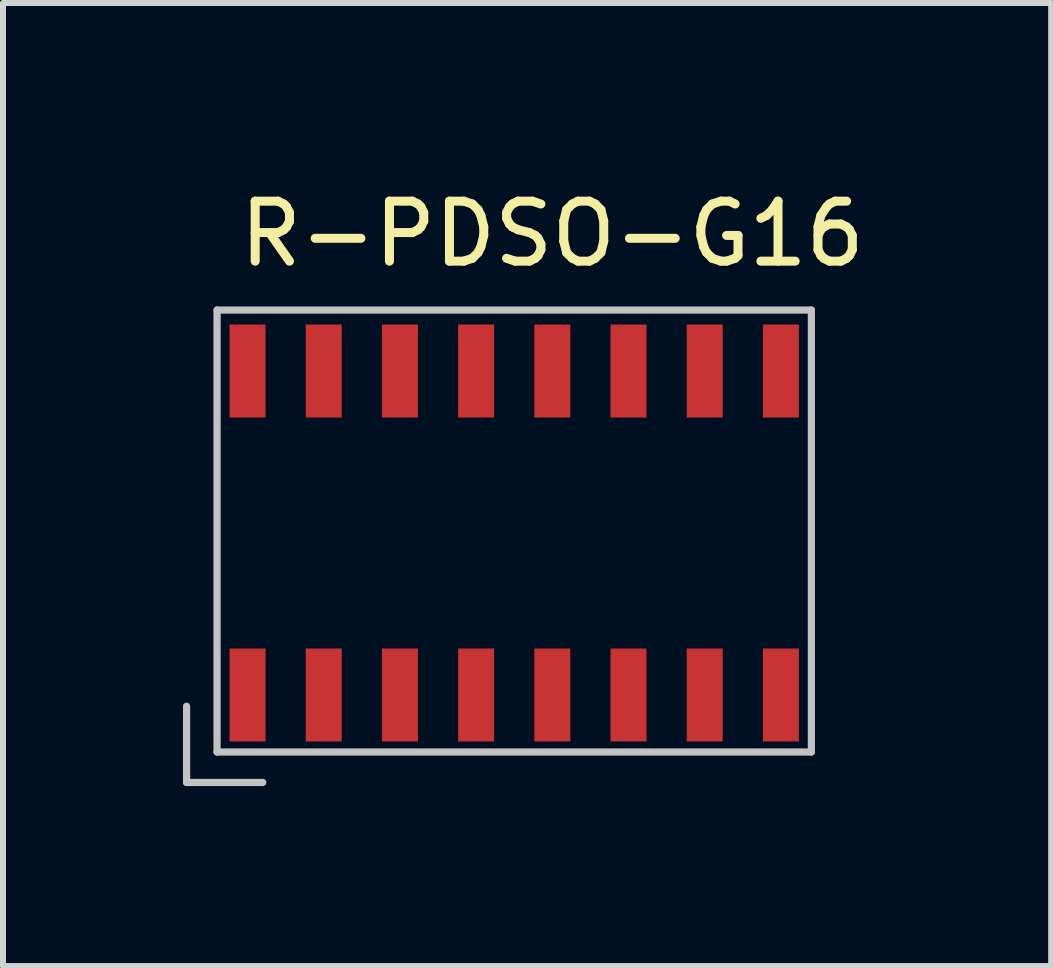
<source format=kicad_pcb>
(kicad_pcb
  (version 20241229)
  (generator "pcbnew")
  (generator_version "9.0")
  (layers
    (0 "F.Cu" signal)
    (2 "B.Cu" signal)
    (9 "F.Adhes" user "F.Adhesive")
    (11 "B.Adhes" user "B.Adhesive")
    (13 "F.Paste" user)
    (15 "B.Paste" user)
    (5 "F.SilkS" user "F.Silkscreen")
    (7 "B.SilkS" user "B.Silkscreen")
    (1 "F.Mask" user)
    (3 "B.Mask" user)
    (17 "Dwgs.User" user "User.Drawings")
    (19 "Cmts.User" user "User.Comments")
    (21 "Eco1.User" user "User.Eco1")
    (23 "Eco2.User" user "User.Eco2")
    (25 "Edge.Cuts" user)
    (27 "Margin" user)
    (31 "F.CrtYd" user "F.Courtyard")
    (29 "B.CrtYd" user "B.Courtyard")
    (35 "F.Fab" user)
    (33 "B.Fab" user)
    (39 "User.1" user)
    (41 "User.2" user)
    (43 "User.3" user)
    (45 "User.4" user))
  (footprint "R-PDSO-G16"
    (layer "F.Cu")
    (at 1.076 3.134)
    (property "Reference" "R-PDSO-G16" (at 5.08 -2.286 0) (layer "F.SilkS") (effects (font (size 1 1) (thickness 0.15))))
    (attr through_hole)
    (fp_line (start -1.016 5.588) (end -1.016 6.858) (stroke (width 0.12) (type solid)) (layer "Dwgs.User"))
    (fp_line (start -1.016 6.858) (end 0.254 6.858) (stroke (width 0.12) (type solid)) (layer "Dwgs.User"))
    (fp_line (start -0.508 -1.016) (end -0.508 6.35) (stroke (width 0.12) (type solid)) (layer "Dwgs.User"))
    (fp_line (start -0.508 6.35) (end 9.398 6.35) (stroke (width 0.12) (type solid)) (layer "Dwgs.User"))
    (fp_line (start 9.398 -1.016) (end -0.508 -1.016) (stroke (width 0.12) (type solid)) (layer "Dwgs.User"))
    (fp_line (start 9.398 6.35) (end 9.398 -1.016) (stroke (width 0.12) (type solid)) (layer "Dwgs.User"))
    (pad "1" smd rect (at 0 0) (size 0.6 1.55) (layers "F.Cu" "F.Mask" "F.Paste"))
    (pad "2" smd rect (at 1.27 0) (size 0.6 1.55) (layers "F.Cu" "F.Mask" "F.Paste"))
    (pad "3" smd rect (at 2.54 0) (size 0.6 1.55) (layers "F.Cu" "F.Mask" "F.Paste"))
    (pad "4" smd rect (at 3.81 0) (size 0.6 1.55) (layers "F.Cu" "F.Mask" "F.Paste"))
    (pad "5" smd rect (at 5.08 0) (size 0.6 1.55) (layers "F.Cu" "F.Mask" "F.Paste"))
    (pad "6" smd rect (at 6.35 0) (size 0.6 1.55) (layers "F.Cu" "F.Mask" "F.Paste"))
    (pad "7" smd rect (at 7.62 0) (size 0.6 1.55) (layers "F.Cu" "F.Mask" "F.Paste"))
    (pad "8" smd rect (at 8.89 0) (size 0.6 1.55) (layers "F.Cu" "F.Mask" "F.Paste"))
    (pad "9" smd rect (at 8.89 5.4) (size 0.6 1.55) (layers "F.Cu" "F.Mask" "F.Paste"))
    (pad "10" smd rect (at 7.62 5.4) (size 0.6 1.55) (layers "F.Cu" "F.Mask" "F.Paste"))
    (pad "11" smd rect (at 6.35 5.4) (size 0.6 1.55) (layers "F.Cu" "F.Mask" "F.Paste"))
    (pad "12" smd rect (at 5.08 5.4) (size 0.6 1.55) (layers "F.Cu" "F.Mask" "F.Paste"))
    (pad "13" smd rect (at 3.81 5.4) (size 0.6 1.55) (layers "F.Cu" "F.Mask" "F.Paste"))
    (pad "14" smd rect (at 2.54 5.4) (size 0.6 1.55) (layers "F.Cu" "F.Mask" "F.Paste"))
    (pad "15" smd rect (at 1.27 5.4) (size 0.6 1.55) (layers "F.Cu" "F.Mask" "F.Paste"))
    (pad "16" smd rect (at 0 5.4) (size 0.6 1.55) (layers "F.Cu" "F.Mask" "F.Paste")))
  (gr_rect
    (start -3 -3)
    (end 14.471 13.052)
    (stroke (width 0.1) (type default))
    (fill no)
    (layer "Edge.Cuts")))
</source>
